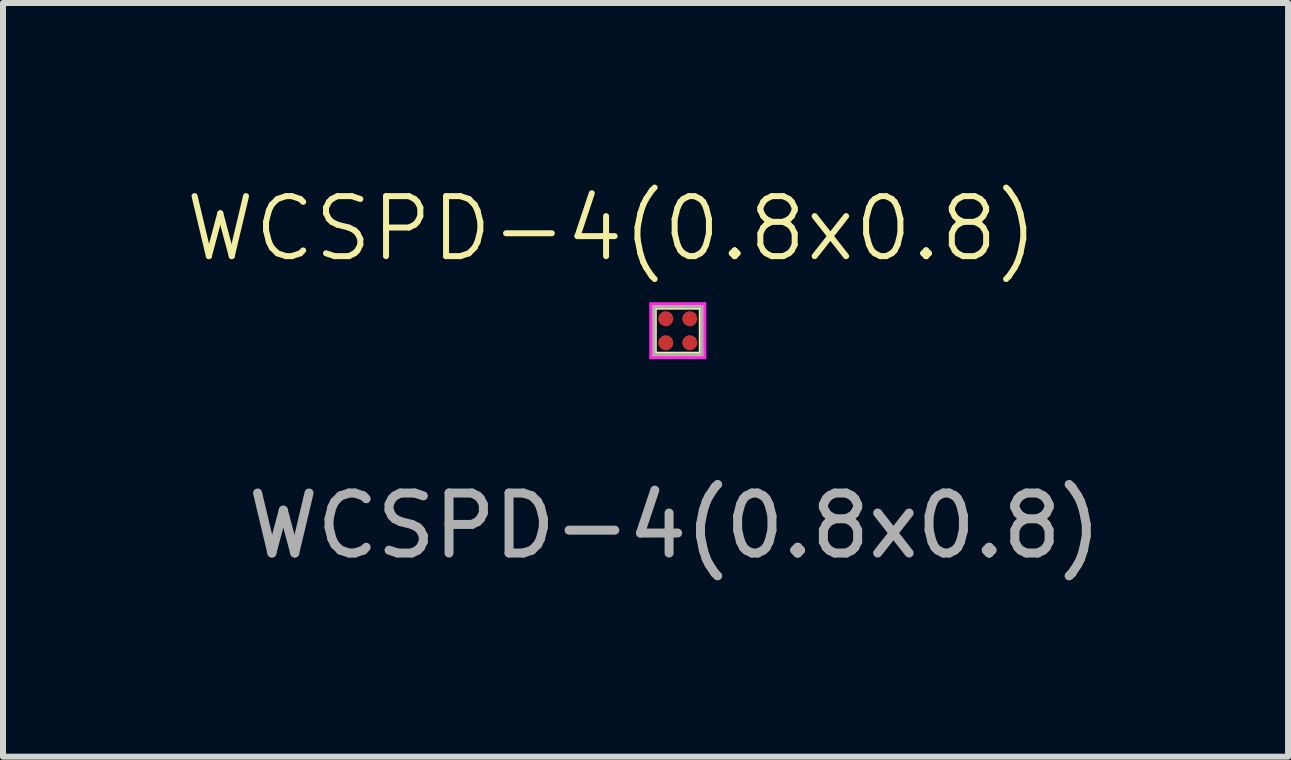
<source format=kicad_pcb>
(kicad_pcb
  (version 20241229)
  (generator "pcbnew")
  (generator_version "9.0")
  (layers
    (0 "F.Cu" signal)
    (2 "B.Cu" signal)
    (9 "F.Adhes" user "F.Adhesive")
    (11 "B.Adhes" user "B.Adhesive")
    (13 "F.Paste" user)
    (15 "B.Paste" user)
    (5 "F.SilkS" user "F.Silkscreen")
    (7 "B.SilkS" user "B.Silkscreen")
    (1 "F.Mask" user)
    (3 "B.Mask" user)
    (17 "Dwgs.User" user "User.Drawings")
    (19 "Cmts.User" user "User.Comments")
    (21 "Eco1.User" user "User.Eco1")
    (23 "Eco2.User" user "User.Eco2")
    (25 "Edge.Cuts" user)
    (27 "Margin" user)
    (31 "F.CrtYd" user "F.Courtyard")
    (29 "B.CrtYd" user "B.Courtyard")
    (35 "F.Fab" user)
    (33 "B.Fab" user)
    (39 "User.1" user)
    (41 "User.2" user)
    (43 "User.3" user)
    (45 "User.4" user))
  (footprint "WCSPD-4(0.8x0.8)"
    (layer "F.Cu")
    (at 8.245 2.461)
    (property "Reference" "WCSPD-4(0.8x0.8)" (at -1.1 -1.7 0) (unlocked yes) (layer "F.SilkS") (effects (font (size 1 1) (thickness 0.1))))
    (attr smd)
    (fp_line (start -0.4 -0.4) (end -0.4 0.4) (stroke (width 0.1) (type default)) (layer "F.SilkS"))
    (fp_line (start -0.4 -0.4) (end 0.4 -0.4) (stroke (width 0.1) (type default)) (layer "F.SilkS"))
    (fp_line (start 0.4 0.4) (end -0.4 0.4) (stroke (width 0.1) (type default)) (layer "F.SilkS"))
    (fp_line (start 0.4 0.4) (end 0.4 -0.4) (stroke (width 0.1) (type default)) (layer "F.SilkS"))
    (fp_line (start -0.45 -0.45) (end -0.45 0.45) (stroke (width 0.05) (type default)) (layer "F.CrtYd"))
    (fp_line (start -0.45 0.45) (end 0.45 0.45) (stroke (width 0.05) (type default)) (layer "F.CrtYd"))
    (fp_line (start 0.45 -0.45) (end -0.45 -0.45) (stroke (width 0.05) (type default)) (layer "F.CrtYd"))
    (fp_line (start 0.45 0.45) (end 0.45 -0.45) (stroke (width 0.05) (type default)) (layer "F.CrtYd"))
    (fp_line (start -0.4 -0.4) (end -0.4 0.4) (stroke (width 0.05) (type default)) (layer "F.Fab"))
    (fp_line (start -0.4 -0.4) (end 0.4 -0.4) (stroke (width 0.05) (type default)) (layer "F.Fab"))
    (fp_line (start -0.4 0.4) (end -0.4 -0.4) (stroke (width 0.05) (type default)) (layer "F.Fab"))
    (fp_line (start -0.4 0.4) (end 0.4 0.4) (stroke (width 0.05) (type default)) (layer "F.Fab"))
    (fp_line (start 0.4 -0.4) (end 0.4 0.4) (stroke (width 0.05) (type default)) (layer "F.Fab"))
    (fp_text user "${REFERENCE}" (at -0.05 3.25 0) (unlocked yes) (layer "F.Fab") (effects (font (size 1 1) (thickness 0.15))))
    (pad "1" smd circle (at -0.2 0.2) (size 0.25 0.25) (layers "F.Cu" "F.Mask" "F.Paste"))
    (pad "2" smd circle (at 0.2 0.2) (size 0.25 0.25) (layers "F.Cu" "F.Mask" "F.Paste"))
    (pad "3" smd circle (at 0.2 -0.2) (size 0.25 0.25) (layers "F.Cu" "F.Mask" "F.Paste"))
    (pad "5" smd circle (at -0.2 -0.2) (size 0.25 0.25) (layers "F.Cu" "F.Mask" "F.Paste")))
  (gr_rect
    (start -3 -3)
    (end 18.415 9.559)
    (stroke (width 0.1) (type default))
    (fill no)
    (layer "Edge.Cuts")))
</source>
